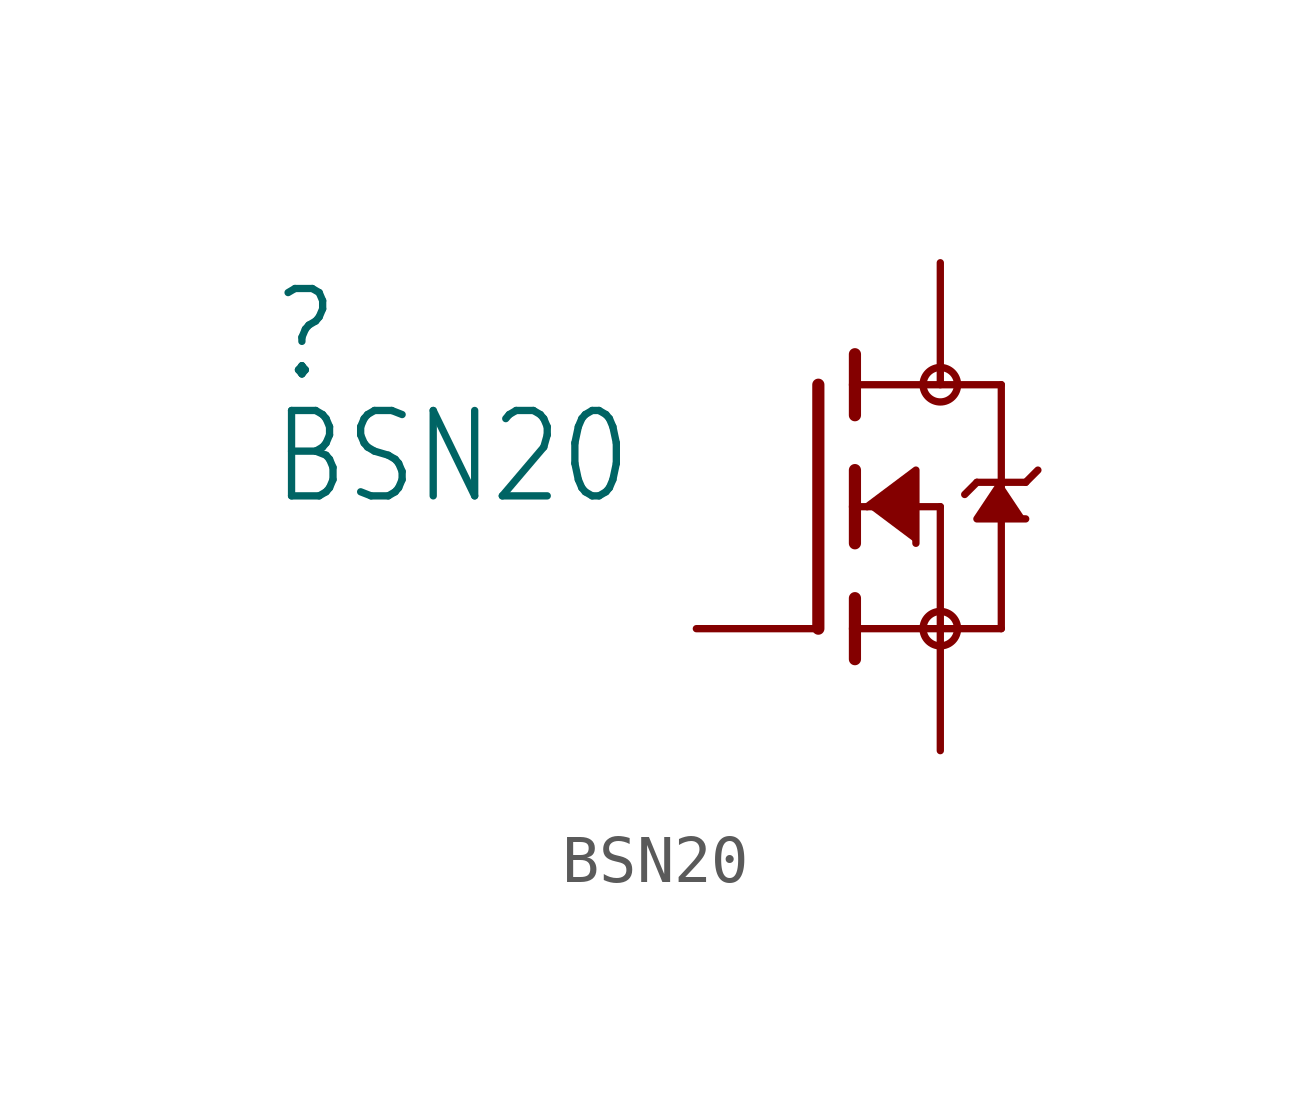
<source format=kicad_sym>
(kicad_symbol_lib
  (version 20201005)
  (generator kicad_symbol_editor)
  (symbol "BSN20"
    (property "Reference" ""
      (at -13.97 2.54 0)
      (effects (font (size 1.778 1.511)) (justify left bottom)))
    (property "Value" "BSN20"
      (at -13.97 0 0)
      (effects (font (size 1.778 1.511)) (justify left bottom)))
    (property "ki_locked" ""
      (at 0 0 0)
      (effects (font (size 1.27 1.27))))
    (symbol "BSN20_1_0"
      (circle (center 0 -2.54) (radius 0.359) (stroke (width 0)) (fill (type none)))
      (circle (center 0 2.54) (radius 0.359) (stroke (width 0)) (fill (type none)))
      (polyline (pts (xy -1.778 0.762) (xy -1.778 0)) (stroke (width 0.254)) (fill (type none)))
      (polyline (pts (xy -1.778 0) (xy -1.778 -0.762)) (stroke (width 0.254)) (fill (type none)))
      (polyline (pts (xy -1.778 3.175) (xy -1.778 2.54)) (stroke (width 0.254)) (fill (type none)))
      (polyline (pts (xy -1.778 2.54) (xy -1.778 1.905)) (stroke (width 0.254)) (fill (type none)))
      (polyline (pts (xy -1.778 0) (xy 0 0)) (stroke (width 0.152)) (fill (type none)))
      (polyline (pts (xy 0 0) (xy 0 -2.54)) (stroke (width 0.152)) (fill (type none)))
      (polyline (pts (xy -1.778 -1.905) (xy -1.778 -2.54)) (stroke (width 0.254)) (fill (type none)))
      (polyline (pts (xy -1.778 -2.54) (xy -1.778 -3.175)) (stroke (width 0.254)) (fill (type none)))
      (polyline (pts (xy -2.54 2.54) (xy -2.54 -2.54)) (stroke (width 0.254)) (fill (type none)))
      (polyline (pts (xy 0 -2.54) (xy -1.778 -2.54)) (stroke (width 0.152)) (fill (type none)))
      (polyline (pts (xy 1.27 2.54) (xy 1.27 0.508)) (stroke (width 0.152)) (fill (type none)))
      (polyline (pts (xy 1.27 0.508) (xy 1.27 -2.54)) (stroke (width 0.152)) (fill (type none)))
      (polyline (pts (xy 0 -2.54) (xy 1.27 -2.54)) (stroke (width 0.152)) (fill (type none)))
      (polyline (pts (xy -1.778 2.54) (xy 1.27 2.54)) (stroke (width 0.152)) (fill (type none)))
      (polyline (pts (xy 2.032 0.762) (xy 1.778 0.508)) (stroke (width 0.152)) (fill (type none)))
      (polyline (pts (xy 1.778 0.508) (xy 1.27 0.508)) (stroke (width 0.152)) (fill (type none)))
      (polyline (pts (xy 1.27 0.508) (xy 0.762 0.508)) (stroke (width 0.152)) (fill (type none)))
      (polyline (pts (xy 0.762 0.508) (xy 0.508 0.254)) (stroke (width 0.152)) (fill (type none)))
      (polyline (pts (xy 1.27 0.508) (xy 0.762 -0.254) (xy 1.778 -0.254)) (stroke (width 0)) (fill (type outline)))
      (polyline (pts (xy -1.524 0) (xy -0.508 0.762) (xy -0.508 -0.762)) (stroke (width 0)) (fill (type outline)))
      (pin passive line (at 0 -5.08 90) (length 2.54) (name "S" (effects (font (size 0 0)))) (number "2" (effects (font (size 0 0)))))
      (pin passive line (at -5.08 -2.54 0) (length 2.54) (name "G" (effects (font (size 0 0)))) (number "1" (effects (font (size 0 0)))))
      (pin passive line (at 0 5.08 270) (length 2.54) (name "D" (effects (font (size 0 0)))) (number "3" (effects (font (size 0 0))))))))
</source>
